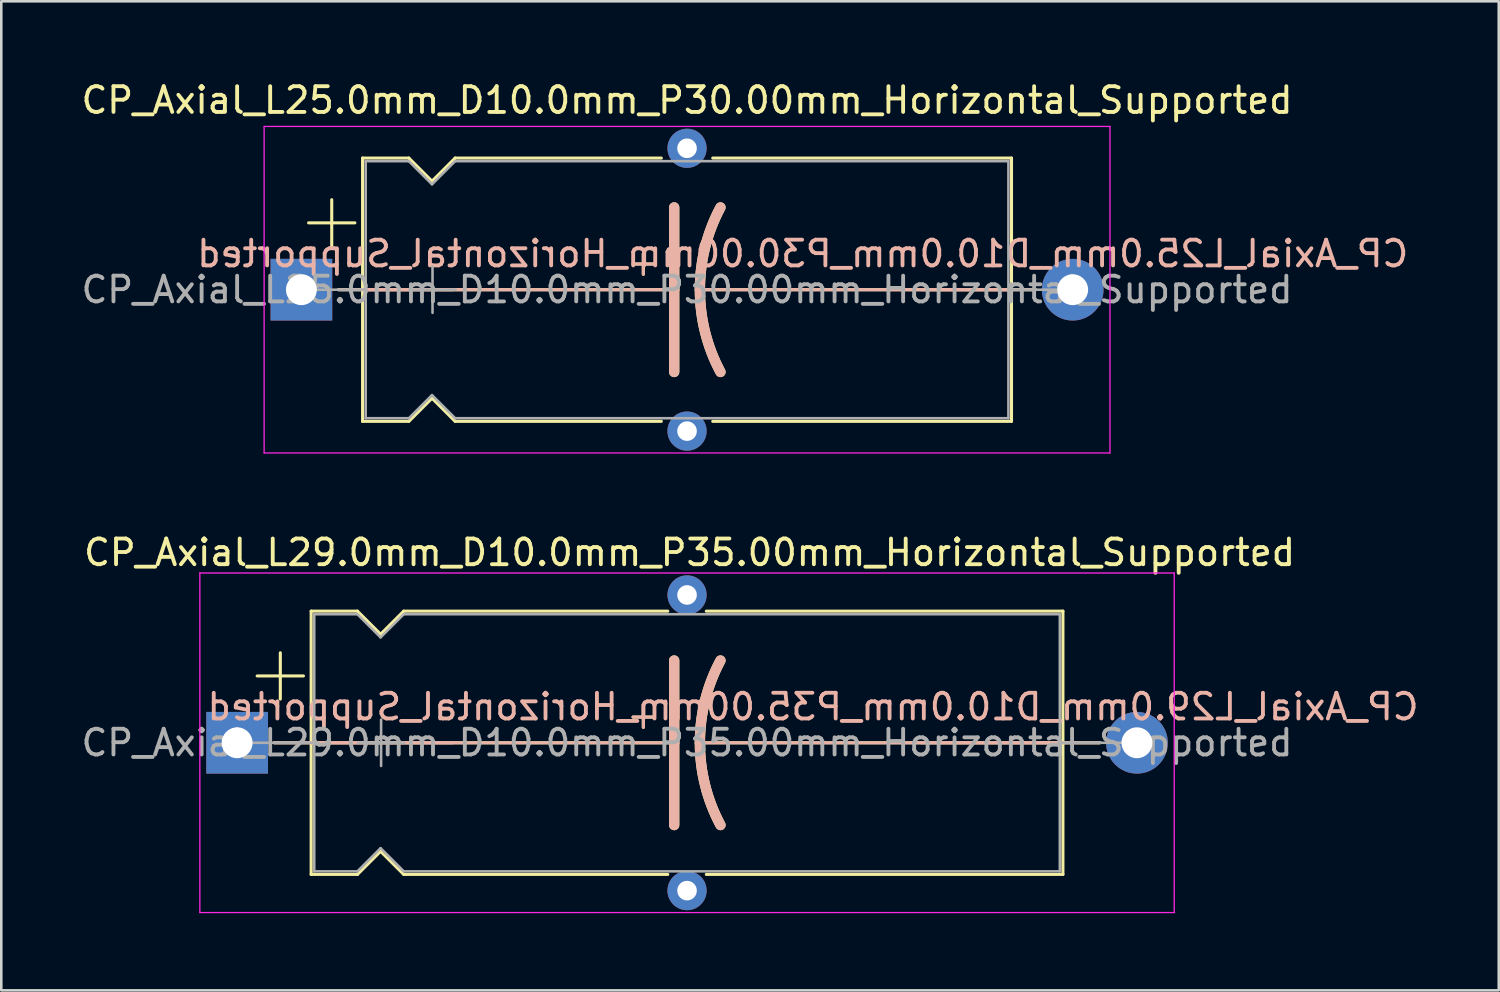
<source format=kicad_pcb>
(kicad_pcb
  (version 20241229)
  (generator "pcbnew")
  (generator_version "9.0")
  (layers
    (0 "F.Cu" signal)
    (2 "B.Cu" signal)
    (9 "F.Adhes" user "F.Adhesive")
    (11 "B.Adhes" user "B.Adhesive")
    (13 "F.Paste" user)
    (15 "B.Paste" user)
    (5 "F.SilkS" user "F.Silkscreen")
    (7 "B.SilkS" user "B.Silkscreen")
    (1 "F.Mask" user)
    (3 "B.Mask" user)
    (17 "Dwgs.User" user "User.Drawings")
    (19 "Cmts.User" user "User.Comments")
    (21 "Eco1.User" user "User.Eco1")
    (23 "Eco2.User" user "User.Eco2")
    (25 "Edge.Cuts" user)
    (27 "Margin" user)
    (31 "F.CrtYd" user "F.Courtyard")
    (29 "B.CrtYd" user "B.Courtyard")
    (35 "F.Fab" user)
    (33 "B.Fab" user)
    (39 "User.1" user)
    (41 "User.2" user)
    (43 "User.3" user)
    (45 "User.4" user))
  (footprint "CP_Axial_L29.0mm_D10.0mm_P35.00mm_Horizontal_Supported"
    (layer "F.Cu")
    (at 6.173 25.841)
    (property "Reference" "CP_Axial_L29.0mm_D10.0mm_P35.00mm_Horizontal_Supported" (at 17.6 -7.4 0) (layer "F.SilkS") (effects (font (size 1 1) (thickness 0.15))))
    (fp_line (start 0.78 -2.6) (end 2.58 -2.6) (stroke (width 0.12) (type solid)) (layer "F.SilkS"))
    (fp_line (start 1.44 0) (end 2.88 0) (stroke (width 0.12) (type solid)) (layer "F.SilkS"))
    (fp_line (start 1.68 -3.5) (end 1.68 -1.7) (stroke (width 0.12) (type solid)) (layer "F.SilkS"))
    (fp_line (start 2.88 -5.12) (end 2.88 5.12) (stroke (width 0.12) (type solid)) (layer "F.SilkS"))
    (fp_line (start 2.88 -5.12) (end 4.68 -5.12) (stroke (width 0.12) (type solid)) (layer "F.SilkS"))
    (fp_line (start 2.88 0) (end 17 0) (stroke (width 0.12) (type solid)) (layer "F.SilkS"))
    (fp_line (start 2.88 5.12) (end 4.68 5.12) (stroke (width 0.12) (type solid)) (layer "F.SilkS"))
    (fp_line (start 4.68 -5.12) (end 5.58 -4.22) (stroke (width 0.12) (type solid)) (layer "F.SilkS"))
    (fp_line (start 4.68 5.12) (end 5.58 4.22) (stroke (width 0.12) (type solid)) (layer "F.SilkS"))
    (fp_line (start 5.58 -4.22) (end 6.48 -5.12) (stroke (width 0.12) (type solid)) (layer "F.SilkS"))
    (fp_line (start 5.58 4.22) (end 6.48 5.12) (stroke (width 0.12) (type solid)) (layer "F.SilkS"))
    (fp_line (start 6.48 -5.12) (end 16.75 -5.12) (stroke (width 0.12) (type solid)) (layer "F.SilkS"))
    (fp_line (start 6.48 5.12) (end 16.75 5.12) (stroke (width 0.12) (type solid)) (layer "F.SilkS"))
    (fp_line (start 15.4 -1) (end 16.2 -1) (stroke (width 0.12) (type solid)) (layer "F.SilkS"))
    (fp_line (start 15.8 -1.4) (end 15.8 -0.6) (stroke (width 0.12) (type solid)) (layer "F.SilkS"))
    (fp_line (start 17 0) (end 17 -3.2) (stroke (width 0.4) (type solid)) (layer "F.SilkS"))
    (fp_line (start 17 0) (end 17 3.2) (stroke (width 0.4) (type solid)) (layer "F.SilkS"))
    (fp_line (start 18.25 -5.12) (end 32.12 -5.12) (stroke (width 0.12) (type solid)) (layer "F.SilkS"))
    (fp_line (start 18.25 5.12) (end 32.12 5.12) (stroke (width 0.12) (type solid)) (layer "F.SilkS"))
    (fp_line (start 32.12 -5.12) (end 32.12 5.12) (stroke (width 0.12) (type solid)) (layer "F.SilkS"))
    (fp_line (start 32.12 0) (end 18 0) (stroke (width 0.12) (type solid)) (layer "F.SilkS"))
    (fp_line (start 33.56 0) (end 32.12 0) (stroke (width 0.12) (type solid)) (layer "F.SilkS"))
    (fp_arc (start 18 0) (mid 18.203545 -1.649114) (end 18.8 -3.2) (stroke (width 0.4) (type solid)) (layer "F.SilkS"))
    (fp_arc (start 18.8 3.2) (mid 18.200704 1.649824) (end 18 0) (stroke (width 0.4) (type solid)) (layer "F.SilkS"))
    (fp_line (start 1.45 0) (end 8.38 0) (stroke (width 0.12) (type solid)) (layer "B.SilkS"))
    (fp_line (start 2.88 0) (end 17 0) (stroke (width 0.12) (type solid)) (layer "B.SilkS"))
    (fp_line (start 15.4 -1) (end 16.2 -1) (stroke (width 0.12) (type solid)) (layer "B.SilkS"))
    (fp_line (start 15.8 -0.6) (end 15.8 -1.4) (stroke (width 0.12) (type solid)) (layer "B.SilkS"))
    (fp_line (start 17 0) (end 17 -3.2) (stroke (width 0.4) (type solid)) (layer "B.SilkS"))
    (fp_line (start 17 0) (end 17 3.2) (stroke (width 0.4) (type solid)) (layer "B.SilkS"))
    (fp_line (start 32.12 0) (end 18 0) (stroke (width 0.12) (type solid)) (layer "B.SilkS"))
    (fp_line (start 33.55 0) (end 26.62 0) (stroke (width 0.12) (type solid)) (layer "B.SilkS"))
    (fp_arc (start 18 0) (mid 18.200703 -1.649824) (end 18.8 -3.2) (stroke (width 0.4) (type solid)) (layer "B.SilkS"))
    (fp_arc (start 18.8 3.2) (mid 18.203544 1.649114) (end 18 0) (stroke (width 0.4) (type solid)) (layer "B.SilkS"))
    (fp_line (start -1.45 -6.604) (end -1.45 6.604) (stroke (width 0.05) (type solid)) (layer "F.CrtYd"))
    (fp_line (start -1.45 6.604) (end 36.45 6.604) (stroke (width 0.05) (type solid)) (layer "F.CrtYd"))
    (fp_line (start 36.449 6.604) (end 36.449 -6.604) (stroke (width 0.05) (type solid)) (layer "F.CrtYd"))
    (fp_line (start 36.45 -6.604) (end -1.45 -6.604) (stroke (width 0.05) (type solid)) (layer "F.CrtYd"))
    (fp_line (start 0 0) (end 3 0) (stroke (width 0.1) (type solid)) (layer "F.Fab"))
    (fp_line (start 3 -5) (end 3 5) (stroke (width 0.1) (type solid)) (layer "F.Fab"))
    (fp_line (start 3 -5) (end 4.68 -5) (stroke (width 0.1) (type solid)) (layer "F.Fab"))
    (fp_line (start 3 5) (end 4.68 5) (stroke (width 0.1) (type solid)) (layer "F.Fab"))
    (fp_line (start 4.68 -5) (end 5.58 -4.1) (stroke (width 0.1) (type solid)) (layer "F.Fab"))
    (fp_line (start 4.68 5) (end 5.58 4.1) (stroke (width 0.1) (type solid)) (layer "F.Fab"))
    (fp_line (start 4.7 0) (end 6.5 0) (stroke (width 0.1) (type solid)) (layer "F.Fab"))
    (fp_line (start 5.58 -4.1) (end 6.48 -5) (stroke (width 0.1) (type solid)) (layer "F.Fab"))
    (fp_line (start 5.58 4.1) (end 6.48 5) (stroke (width 0.1) (type solid)) (layer "F.Fab"))
    (fp_line (start 5.6 -0.9) (end 5.6 0.9) (stroke (width 0.1) (type solid)) (layer "F.Fab"))
    (fp_line (start 6.48 -5) (end 32 -5) (stroke (width 0.1) (type solid)) (layer "F.Fab"))
    (fp_line (start 6.48 5) (end 32 5) (stroke (width 0.1) (type solid)) (layer "F.Fab"))
    (fp_line (start 32 -5) (end 32 5) (stroke (width 0.1) (type solid)) (layer "F.Fab"))
    (fp_line (start 35 0) (end 32 0) (stroke (width 0.1) (type solid)) (layer "F.Fab"))
    (fp_text user "${REFERENCE}" (at 22.4 -1.4 0) (layer "B.SilkS") (effects (font (size 1 1) (thickness 0.15)) (justify mirror)))
    (fp_text user "${REFERENCE}" (at 17.5 0 0) (layer "F.Fab") (effects (font (size 1 1) (thickness 0.15))))
    (pad "" thru_hole circle (at 17.5 -5.75) (size 1.524 1.524) (drill 0.762) (layers "*.Cu" "*.Mask"))
    (pad "" thru_hole circle (at 17.5 5.75) (size 1.524 1.524) (drill 0.762) (layers "*.Cu" "*.Mask"))
    (pad "1" thru_hole rect (at 0 0) (size 2.4 2.4) (drill 1.2) (layers "*.Cu" "*.Mask"))
    (pad "2" thru_hole oval (at 35 0) (size 2.4 2.4) (drill 1.2) (layers "*.Cu" "*.Mask")))
  (footprint "CP_Axial_L25.0mm_D10.0mm_P30.00mm_Horizontal_Supported"
    (layer "F.Cu")
    (at 8.673 8.218)
    (property "Reference" "CP_Axial_L25.0mm_D10.0mm_P30.00mm_Horizontal_Supported" (at 15 -7.37 0) (layer "F.SilkS") (effects (font (size 1 1) (thickness 0.15))))
    (fp_line (start 0.28 -2.6) (end 2.08 -2.6) (stroke (width 0.12) (type solid)) (layer "F.SilkS"))
    (fp_line (start 1.18 -3.5) (end 1.18 -1.7) (stroke (width 0.12) (type solid)) (layer "F.SilkS"))
    (fp_line (start 1.44 0) (end 2.38 0) (stroke (width 0.12) (type solid)) (layer "F.SilkS"))
    (fp_line (start 2.38 -5.12) (end 2.38 5.12) (stroke (width 0.12) (type solid)) (layer "F.SilkS"))
    (fp_line (start 2.38 -5.12) (end 4.18 -5.12) (stroke (width 0.12) (type solid)) (layer "F.SilkS"))
    (fp_line (start 2.38 0) (end 14.5 0) (stroke (width 0.12) (type solid)) (layer "F.SilkS"))
    (fp_line (start 2.38 5.12) (end 4.18 5.12) (stroke (width 0.12) (type solid)) (layer "F.SilkS"))
    (fp_line (start 4.18 -5.12) (end 5.08 -4.22) (stroke (width 0.12) (type solid)) (layer "F.SilkS"))
    (fp_line (start 4.18 5.12) (end 5.08 4.22) (stroke (width 0.12) (type solid)) (layer "F.SilkS"))
    (fp_line (start 5.08 -4.22) (end 5.98 -5.12) (stroke (width 0.12) (type solid)) (layer "F.SilkS"))
    (fp_line (start 5.08 4.22) (end 5.98 5.12) (stroke (width 0.12) (type solid)) (layer "F.SilkS"))
    (fp_line (start 5.98 -5.12) (end 14 -5.12) (stroke (width 0.12) (type solid)) (layer "F.SilkS"))
    (fp_line (start 5.98 5.12) (end 14 5.12) (stroke (width 0.12) (type solid)) (layer "F.SilkS"))
    (fp_line (start 12.9 -1) (end 13.7 -1) (stroke (width 0.12) (type solid)) (layer "F.SilkS"))
    (fp_line (start 13.3 -1.4) (end 13.3 -0.6) (stroke (width 0.12) (type solid)) (layer "F.SilkS"))
    (fp_line (start 14.5 0) (end 14.5 -3.2) (stroke (width 0.4) (type solid)) (layer "F.SilkS"))
    (fp_line (start 14.5 0) (end 14.5 3.2) (stroke (width 0.4) (type solid)) (layer "F.SilkS"))
    (fp_line (start 16 -5.12) (end 27.62 -5.12) (stroke (width 0.12) (type solid)) (layer "F.SilkS"))
    (fp_line (start 16 5.12) (end 27.62 5.12) (stroke (width 0.12) (type solid)) (layer "F.SilkS"))
    (fp_line (start 27.62 -5.12) (end 27.62 5.12) (stroke (width 0.12) (type solid)) (layer "F.SilkS"))
    (fp_line (start 27.62 0) (end 15.5 0) (stroke (width 0.12) (type solid)) (layer "F.SilkS"))
    (fp_line (start 28.56 0) (end 27.62 0) (stroke (width 0.12) (type solid)) (layer "F.SilkS"))
    (fp_arc (start 15.5 0) (mid 15.703545 -1.649114) (end 16.3 -3.2) (stroke (width 0.4) (type solid)) (layer "F.SilkS"))
    (fp_arc (start 16.3 3.2) (mid 15.700704 1.649824) (end 15.5 0) (stroke (width 0.4) (type solid)) (layer "F.SilkS"))
    (fp_line (start 1.45 0) (end 5.88 0) (stroke (width 0.12) (type solid)) (layer "B.SilkS"))
    (fp_line (start 2.38 0) (end 14.5 0) (stroke (width 0.12) (type solid)) (layer "B.SilkS"))
    (fp_line (start 12.9 -1) (end 13.7 -1) (stroke (width 0.12) (type solid)) (layer "B.SilkS"))
    (fp_line (start 13.3 -0.6) (end 13.3 -1.4) (stroke (width 0.12) (type solid)) (layer "B.SilkS"))
    (fp_line (start 14.5 0) (end 14.5 -3.2) (stroke (width 0.4) (type solid)) (layer "B.SilkS"))
    (fp_line (start 14.5 0) (end 14.5 3.2) (stroke (width 0.4) (type solid)) (layer "B.SilkS"))
    (fp_line (start 27.62 0) (end 15.5 0) (stroke (width 0.12) (type solid)) (layer "B.SilkS"))
    (fp_line (start 28.55 0) (end 24.12 0) (stroke (width 0.12) (type solid)) (layer "B.SilkS"))
    (fp_arc (start 15.5 0) (mid 15.700703 -1.649824) (end 16.3 -3.2) (stroke (width 0.4) (type solid)) (layer "B.SilkS"))
    (fp_arc (start 16.3 3.2) (mid 15.703544 1.649114) (end 15.5 0) (stroke (width 0.4) (type solid)) (layer "B.SilkS"))
    (fp_line (start -1.45 -6.35) (end -1.45 6.35) (stroke (width 0.05) (type solid)) (layer "F.CrtYd"))
    (fp_line (start -1.45 6.35) (end 31.45 6.35) (stroke (width 0.05) (type solid)) (layer "F.CrtYd"))
    (fp_line (start 31.45 -6.35) (end -1.45 -6.35) (stroke (width 0.05) (type solid)) (layer "F.CrtYd"))
    (fp_line (start 31.45 6.35) (end 31.45 -6.35) (stroke (width 0.05) (type solid)) (layer "F.CrtYd"))
    (fp_line (start 0 0) (end 2.5 0) (stroke (width 0.1) (type solid)) (layer "F.Fab"))
    (fp_line (start 2.5 -5) (end 2.5 5) (stroke (width 0.1) (type solid)) (layer "F.Fab"))
    (fp_line (start 2.5 -5) (end 4.18 -5) (stroke (width 0.1) (type solid)) (layer "F.Fab"))
    (fp_line (start 2.5 5) (end 4.18 5) (stroke (width 0.1) (type solid)) (layer "F.Fab"))
    (fp_line (start 4.18 -5) (end 5.08 -4.1) (stroke (width 0.1) (type solid)) (layer "F.Fab"))
    (fp_line (start 4.18 5) (end 5.08 4.1) (stroke (width 0.1) (type solid)) (layer "F.Fab"))
    (fp_line (start 4.2 0) (end 6 0) (stroke (width 0.1) (type solid)) (layer "F.Fab"))
    (fp_line (start 5.08 -4.1) (end 5.98 -5) (stroke (width 0.1) (type solid)) (layer "F.Fab"))
    (fp_line (start 5.08 4.1) (end 5.98 5) (stroke (width 0.1) (type solid)) (layer "F.Fab"))
    (fp_line (start 5.1 -0.9) (end 5.1 0.9) (stroke (width 0.1) (type solid)) (layer "F.Fab"))
    (fp_line (start 5.98 -5) (end 27.5 -5) (stroke (width 0.1) (type solid)) (layer "F.Fab"))
    (fp_line (start 5.98 5) (end 27.5 5) (stroke (width 0.1) (type solid)) (layer "F.Fab"))
    (fp_line (start 27.5 -5) (end 27.5 5) (stroke (width 0.1) (type solid)) (layer "F.Fab"))
    (fp_line (start 30 0) (end 27.5 0) (stroke (width 0.1) (type solid)) (layer "F.Fab"))
    (fp_text user "${REFERENCE}" (at 19.5 -1.4 0) (layer "B.SilkS") (effects (font (size 1 1) (thickness 0.15)) (justify mirror)))
    (fp_text user "${REFERENCE}" (at 15 0 0) (layer "F.Fab") (effects (font (size 1 1) (thickness 0.15))))
    (pad "" thru_hole circle (at 15 -5.5) (size 1.524 1.524) (drill 0.762) (layers "*.Cu" "*.Mask"))
    (pad "" thru_hole circle (at 15 5.5) (size 1.524 1.524) (drill 0.762) (layers "*.Cu" "*.Mask"))
    (pad "1" thru_hole rect (at 0 0) (size 2.4 2.4) (drill 1.2) (layers "*.Cu" "*.Mask"))
    (pad "2" thru_hole oval (at 30 0) (size 2.4 2.4) (drill 1.2) (layers "*.Cu" "*.Mask")))
  (gr_rect
    (start -3 -3)
    (end 55.245 35.471)
    (stroke (width 0.1) (type default))
    (fill no)
    (layer "Edge.Cuts")))
</source>
